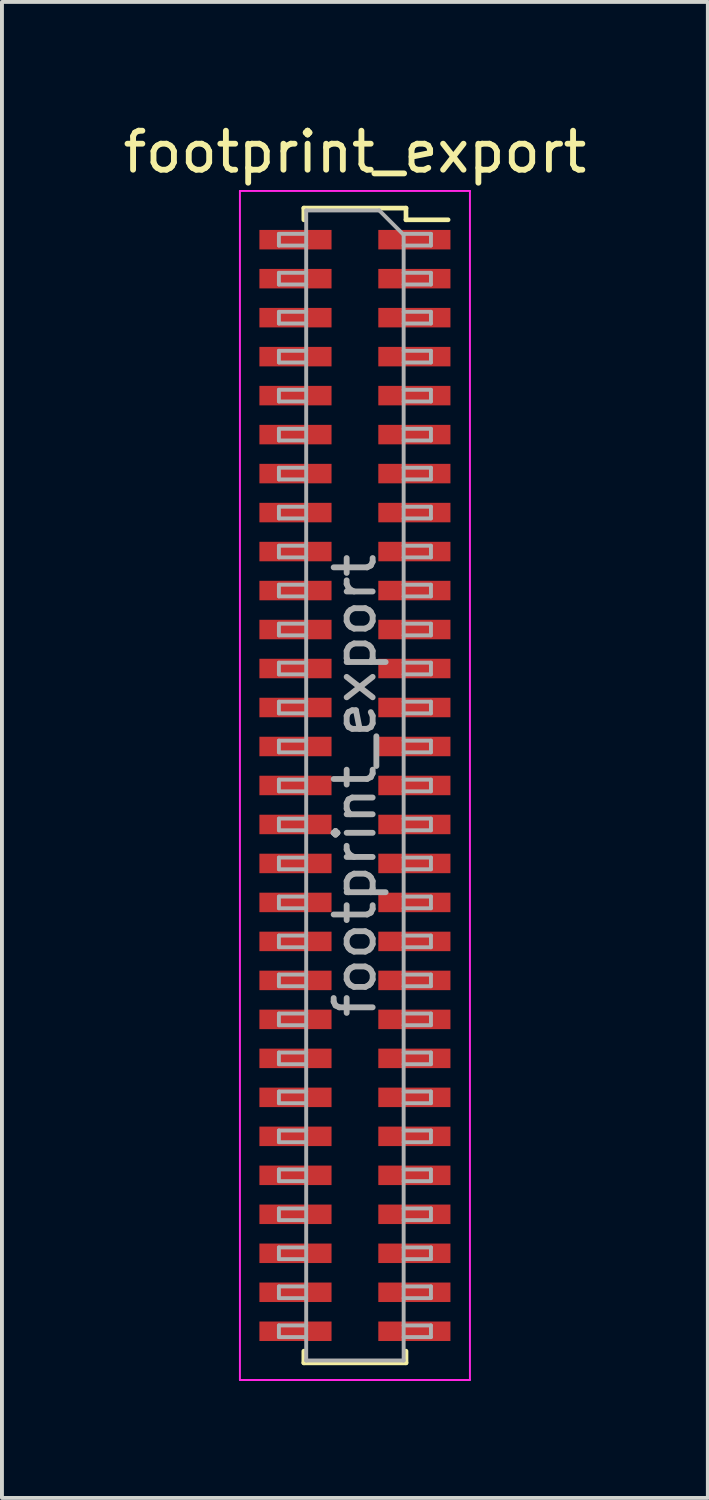
<source format=kicad_pcb>
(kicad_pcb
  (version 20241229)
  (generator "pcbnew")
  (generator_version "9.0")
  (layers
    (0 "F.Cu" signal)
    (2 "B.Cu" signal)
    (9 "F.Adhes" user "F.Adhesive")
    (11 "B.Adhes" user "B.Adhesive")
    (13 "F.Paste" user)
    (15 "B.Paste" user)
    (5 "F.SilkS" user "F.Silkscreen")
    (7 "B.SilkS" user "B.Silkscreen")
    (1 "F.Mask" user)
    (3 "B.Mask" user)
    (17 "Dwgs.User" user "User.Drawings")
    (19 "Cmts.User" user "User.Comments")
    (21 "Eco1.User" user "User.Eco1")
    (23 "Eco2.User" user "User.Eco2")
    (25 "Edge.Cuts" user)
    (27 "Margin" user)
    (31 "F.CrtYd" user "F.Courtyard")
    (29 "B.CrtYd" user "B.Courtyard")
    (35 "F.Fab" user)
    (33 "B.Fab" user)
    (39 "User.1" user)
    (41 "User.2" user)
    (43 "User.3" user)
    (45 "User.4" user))
  (footprint "footprint_export"
    (layer "F.Cu")
    (at 6.054 17.098)
    (property "Reference" "footprint_export" (at 0 -16.25 0) (layer "F.SilkS") (effects (font (size 1 1) (thickness 0.15))))
    (attr smd)
    (fp_line (start -1.31 -14.81) (end -1.31 -14.51) (stroke (width 0.12) (type solid)) (layer "F.SilkS"))
    (fp_line (start -1.31 -14.81) (end 1.31 -14.81) (stroke (width 0.12) (type solid)) (layer "F.SilkS"))
    (fp_line (start -1.31 14.51) (end -1.31 14.81) (stroke (width 0.12) (type solid)) (layer "F.SilkS"))
    (fp_line (start -1.31 14.81) (end 1.31 14.81) (stroke (width 0.12) (type solid)) (layer "F.SilkS"))
    (fp_line (start 1.31 -14.81) (end 1.31 -14.51) (stroke (width 0.12) (type solid)) (layer "F.SilkS"))
    (fp_line (start 1.31 -14.51) (end 2.39 -14.51) (stroke (width 0.12) (type solid)) (layer "F.SilkS"))
    (fp_line (start 1.31 14.51) (end 1.31 14.81) (stroke (width 0.12) (type solid)) (layer "F.SilkS"))
    (fp_line (start -2.95 -15.25) (end 2.95 -15.25) (stroke (width 0.05) (type solid)) (layer "F.CrtYd"))
    (fp_line (start -2.95 15.25) (end -2.95 -15.25) (stroke (width 0.05) (type solid)) (layer "F.CrtYd"))
    (fp_line (start 2.95 -15.25) (end 2.95 15.25) (stroke (width 0.05) (type solid)) (layer "F.CrtYd"))
    (fp_line (start 2.95 15.25) (end -2.95 15.25) (stroke (width 0.05) (type solid)) (layer "F.CrtYd"))
    (fp_line (start -1.95 -14.15) (end -1.25 -14.15) (stroke (width 0.1) (type solid)) (layer "F.Fab"))
    (fp_line (start -1.95 -13.85) (end -1.95 -14.15) (stroke (width 0.1) (type solid)) (layer "F.Fab"))
    (fp_line (start -1.95 -13.15) (end -1.25 -13.15) (stroke (width 0.1) (type solid)) (layer "F.Fab"))
    (fp_line (start -1.95 -12.85) (end -1.95 -13.15) (stroke (width 0.1) (type solid)) (layer "F.Fab"))
    (fp_line (start -1.95 -12.15) (end -1.25 -12.15) (stroke (width 0.1) (type solid)) (layer "F.Fab"))
    (fp_line (start -1.95 -11.85) (end -1.95 -12.15) (stroke (width 0.1) (type solid)) (layer "F.Fab"))
    (fp_line (start -1.95 -11.15) (end -1.25 -11.15) (stroke (width 0.1) (type solid)) (layer "F.Fab"))
    (fp_line (start -1.95 -10.85) (end -1.95 -11.15) (stroke (width 0.1) (type solid)) (layer "F.Fab"))
    (fp_line (start -1.95 -10.15) (end -1.25 -10.15) (stroke (width 0.1) (type solid)) (layer "F.Fab"))
    (fp_line (start -1.95 -9.85) (end -1.95 -10.15) (stroke (width 0.1) (type solid)) (layer "F.Fab"))
    (fp_line (start -1.95 -9.15) (end -1.25 -9.15) (stroke (width 0.1) (type solid)) (layer "F.Fab"))
    (fp_line (start -1.95 -8.85) (end -1.95 -9.15) (stroke (width 0.1) (type solid)) (layer "F.Fab"))
    (fp_line (start -1.95 -8.15) (end -1.25 -8.15) (stroke (width 0.1) (type solid)) (layer "F.Fab"))
    (fp_line (start -1.95 -7.85) (end -1.95 -8.15) (stroke (width 0.1) (type solid)) (layer "F.Fab"))
    (fp_line (start -1.95 -7.15) (end -1.25 -7.15) (stroke (width 0.1) (type solid)) (layer "F.Fab"))
    (fp_line (start -1.95 -6.85) (end -1.95 -7.15) (stroke (width 0.1) (type solid)) (layer "F.Fab"))
    (fp_line (start -1.95 -6.15) (end -1.25 -6.15) (stroke (width 0.1) (type solid)) (layer "F.Fab"))
    (fp_line (start -1.95 -5.85) (end -1.95 -6.15) (stroke (width 0.1) (type solid)) (layer "F.Fab"))
    (fp_line (start -1.95 -5.15) (end -1.25 -5.15) (stroke (width 0.1) (type solid)) (layer "F.Fab"))
    (fp_line (start -1.95 -4.85) (end -1.95 -5.15) (stroke (width 0.1) (type solid)) (layer "F.Fab"))
    (fp_line (start -1.95 -4.15) (end -1.25 -4.15) (stroke (width 0.1) (type solid)) (layer "F.Fab"))
    (fp_line (start -1.95 -3.85) (end -1.95 -4.15) (stroke (width 0.1) (type solid)) (layer "F.Fab"))
    (fp_line (start -1.95 -3.15) (end -1.25 -3.15) (stroke (width 0.1) (type solid)) (layer "F.Fab"))
    (fp_line (start -1.95 -2.85) (end -1.95 -3.15) (stroke (width 0.1) (type solid)) (layer "F.Fab"))
    (fp_line (start -1.95 -2.15) (end -1.25 -2.15) (stroke (width 0.1) (type solid)) (layer "F.Fab"))
    (fp_line (start -1.95 -1.85) (end -1.95 -2.15) (stroke (width 0.1) (type solid)) (layer "F.Fab"))
    (fp_line (start -1.95 -1.15) (end -1.25 -1.15) (stroke (width 0.1) (type solid)) (layer "F.Fab"))
    (fp_line (start -1.95 -0.85) (end -1.95 -1.15) (stroke (width 0.1) (type solid)) (layer "F.Fab"))
    (fp_line (start -1.95 -0.15) (end -1.25 -0.15) (stroke (width 0.1) (type solid)) (layer "F.Fab"))
    (fp_line (start -1.95 0.15) (end -1.95 -0.15) (stroke (width 0.1) (type solid)) (layer "F.Fab"))
    (fp_line (start -1.95 0.85) (end -1.25 0.85) (stroke (width 0.1) (type solid)) (layer "F.Fab"))
    (fp_line (start -1.95 1.15) (end -1.95 0.85) (stroke (width 0.1) (type solid)) (layer "F.Fab"))
    (fp_line (start -1.95 1.85) (end -1.25 1.85) (stroke (width 0.1) (type solid)) (layer "F.Fab"))
    (fp_line (start -1.95 2.15) (end -1.95 1.85) (stroke (width 0.1) (type solid)) (layer "F.Fab"))
    (fp_line (start -1.95 2.85) (end -1.25 2.85) (stroke (width 0.1) (type solid)) (layer "F.Fab"))
    (fp_line (start -1.95 3.15) (end -1.95 2.85) (stroke (width 0.1) (type solid)) (layer "F.Fab"))
    (fp_line (start -1.95 3.85) (end -1.25 3.85) (stroke (width 0.1) (type solid)) (layer "F.Fab"))
    (fp_line (start -1.95 4.15) (end -1.95 3.85) (stroke (width 0.1) (type solid)) (layer "F.Fab"))
    (fp_line (start -1.95 4.85) (end -1.25 4.85) (stroke (width 0.1) (type solid)) (layer "F.Fab"))
    (fp_line (start -1.95 5.15) (end -1.95 4.85) (stroke (width 0.1) (type solid)) (layer "F.Fab"))
    (fp_line (start -1.95 5.85) (end -1.25 5.85) (stroke (width 0.1) (type solid)) (layer "F.Fab"))
    (fp_line (start -1.95 6.15) (end -1.95 5.85) (stroke (width 0.1) (type solid)) (layer "F.Fab"))
    (fp_line (start -1.95 6.85) (end -1.25 6.85) (stroke (width 0.1) (type solid)) (layer "F.Fab"))
    (fp_line (start -1.95 7.15) (end -1.95 6.85) (stroke (width 0.1) (type solid)) (layer "F.Fab"))
    (fp_line (start -1.95 7.85) (end -1.25 7.85) (stroke (width 0.1) (type solid)) (layer "F.Fab"))
    (fp_line (start -1.95 8.15) (end -1.95 7.85) (stroke (width 0.1) (type solid)) (layer "F.Fab"))
    (fp_line (start -1.95 8.85) (end -1.25 8.85) (stroke (width 0.1) (type solid)) (layer "F.Fab"))
    (fp_line (start -1.95 9.15) (end -1.95 8.85) (stroke (width 0.1) (type solid)) (layer "F.Fab"))
    (fp_line (start -1.95 9.85) (end -1.25 9.85) (stroke (width 0.1) (type solid)) (layer "F.Fab"))
    (fp_line (start -1.95 10.15) (end -1.95 9.85) (stroke (width 0.1) (type solid)) (layer "F.Fab"))
    (fp_line (start -1.95 10.85) (end -1.25 10.85) (stroke (width 0.1) (type solid)) (layer "F.Fab"))
    (fp_line (start -1.95 11.15) (end -1.95 10.85) (stroke (width 0.1) (type solid)) (layer "F.Fab"))
    (fp_line (start -1.95 11.85) (end -1.25 11.85) (stroke (width 0.1) (type solid)) (layer "F.Fab"))
    (fp_line (start -1.95 12.15) (end -1.95 11.85) (stroke (width 0.1) (type solid)) (layer "F.Fab"))
    (fp_line (start -1.95 12.85) (end -1.25 12.85) (stroke (width 0.1) (type solid)) (layer "F.Fab"))
    (fp_line (start -1.95 13.15) (end -1.95 12.85) (stroke (width 0.1) (type solid)) (layer "F.Fab"))
    (fp_line (start -1.95 13.85) (end -1.25 13.85) (stroke (width 0.1) (type solid)) (layer "F.Fab"))
    (fp_line (start -1.95 14.15) (end -1.95 13.85) (stroke (width 0.1) (type solid)) (layer "F.Fab"))
    (fp_line (start -1.25 -14.75) (end 0.625 -14.75) (stroke (width 0.1) (type solid)) (layer "F.Fab"))
    (fp_line (start -1.25 -13.85) (end -1.95 -13.85) (stroke (width 0.1) (type solid)) (layer "F.Fab"))
    (fp_line (start -1.25 -12.85) (end -1.95 -12.85) (stroke (width 0.1) (type solid)) (layer "F.Fab"))
    (fp_line (start -1.25 -11.85) (end -1.95 -11.85) (stroke (width 0.1) (type solid)) (layer "F.Fab"))
    (fp_line (start -1.25 -10.85) (end -1.95 -10.85) (stroke (width 0.1) (type solid)) (layer "F.Fab"))
    (fp_line (start -1.25 -9.85) (end -1.95 -9.85) (stroke (width 0.1) (type solid)) (layer "F.Fab"))
    (fp_line (start -1.25 -8.85) (end -1.95 -8.85) (stroke (width 0.1) (type solid)) (layer "F.Fab"))
    (fp_line (start -1.25 -7.85) (end -1.95 -7.85) (stroke (width 0.1) (type solid)) (layer "F.Fab"))
    (fp_line (start -1.25 -6.85) (end -1.95 -6.85) (stroke (width 0.1) (type solid)) (layer "F.Fab"))
    (fp_line (start -1.25 -5.85) (end -1.95 -5.85) (stroke (width 0.1) (type solid)) (layer "F.Fab"))
    (fp_line (start -1.25 -4.85) (end -1.95 -4.85) (stroke (width 0.1) (type solid)) (layer "F.Fab"))
    (fp_line (start -1.25 -3.85) (end -1.95 -3.85) (stroke (width 0.1) (type solid)) (layer "F.Fab"))
    (fp_line (start -1.25 -2.85) (end -1.95 -2.85) (stroke (width 0.1) (type solid)) (layer "F.Fab"))
    (fp_line (start -1.25 -1.85) (end -1.95 -1.85) (stroke (width 0.1) (type solid)) (layer "F.Fab"))
    (fp_line (start -1.25 -0.85) (end -1.95 -0.85) (stroke (width 0.1) (type solid)) (layer "F.Fab"))
    (fp_line (start -1.25 0.15) (end -1.95 0.15) (stroke (width 0.1) (type solid)) (layer "F.Fab"))
    (fp_line (start -1.25 1.15) (end -1.95 1.15) (stroke (width 0.1) (type solid)) (layer "F.Fab"))
    (fp_line (start -1.25 2.15) (end -1.95 2.15) (stroke (width 0.1) (type solid)) (layer "F.Fab"))
    (fp_line (start -1.25 3.15) (end -1.95 3.15) (stroke (width 0.1) (type solid)) (layer "F.Fab"))
    (fp_line (start -1.25 4.15) (end -1.95 4.15) (stroke (width 0.1) (type solid)) (layer "F.Fab"))
    (fp_line (start -1.25 5.15) (end -1.95 5.15) (stroke (width 0.1) (type solid)) (layer "F.Fab"))
    (fp_line (start -1.25 6.15) (end -1.95 6.15) (stroke (width 0.1) (type solid)) (layer "F.Fab"))
    (fp_line (start -1.25 7.15) (end -1.95 7.15) (stroke (width 0.1) (type solid)) (layer "F.Fab"))
    (fp_line (start -1.25 8.15) (end -1.95 8.15) (stroke (width 0.1) (type solid)) (layer "F.Fab"))
    (fp_line (start -1.25 9.15) (end -1.95 9.15) (stroke (width 0.1) (type solid)) (layer "F.Fab"))
    (fp_line (start -1.25 10.15) (end -1.95 10.15) (stroke (width 0.1) (type solid)) (layer "F.Fab"))
    (fp_line (start -1.25 11.15) (end -1.95 11.15) (stroke (width 0.1) (type solid)) (layer "F.Fab"))
    (fp_line (start -1.25 12.15) (end -1.95 12.15) (stroke (width 0.1) (type solid)) (layer "F.Fab"))
    (fp_line (start -1.25 13.15) (end -1.95 13.15) (stroke (width 0.1) (type solid)) (layer "F.Fab"))
    (fp_line (start -1.25 14.15) (end -1.95 14.15) (stroke (width 0.1) (type solid)) (layer "F.Fab"))
    (fp_line (start -1.25 14.75) (end -1.25 -14.75) (stroke (width 0.1) (type solid)) (layer "F.Fab"))
    (fp_line (start 0.625 -14.75) (end 1.25 -14.125) (stroke (width 0.1) (type solid)) (layer "F.Fab"))
    (fp_line (start 1.25 -14.15) (end 1.95 -14.15) (stroke (width 0.1) (type solid)) (layer "F.Fab"))
    (fp_line (start 1.25 -14.125) (end 1.25 14.75) (stroke (width 0.1) (type solid)) (layer "F.Fab"))
    (fp_line (start 1.25 -13.15) (end 1.95 -13.15) (stroke (width 0.1) (type solid)) (layer "F.Fab"))
    (fp_line (start 1.25 -12.15) (end 1.95 -12.15) (stroke (width 0.1) (type solid)) (layer "F.Fab"))
    (fp_line (start 1.25 -11.15) (end 1.95 -11.15) (stroke (width 0.1) (type solid)) (layer "F.Fab"))
    (fp_line (start 1.25 -10.15) (end 1.95 -10.15) (stroke (width 0.1) (type solid)) (layer "F.Fab"))
    (fp_line (start 1.25 -9.15) (end 1.95 -9.15) (stroke (width 0.1) (type solid)) (layer "F.Fab"))
    (fp_line (start 1.25 -8.15) (end 1.95 -8.15) (stroke (width 0.1) (type solid)) (layer "F.Fab"))
    (fp_line (start 1.25 -7.15) (end 1.95 -7.15) (stroke (width 0.1) (type solid)) (layer "F.Fab"))
    (fp_line (start 1.25 -6.15) (end 1.95 -6.15) (stroke (width 0.1) (type solid)) (layer "F.Fab"))
    (fp_line (start 1.25 -5.15) (end 1.95 -5.15) (stroke (width 0.1) (type solid)) (layer "F.Fab"))
    (fp_line (start 1.25 -4.15) (end 1.95 -4.15) (stroke (width 0.1) (type solid)) (layer "F.Fab"))
    (fp_line (start 1.25 -3.15) (end 1.95 -3.15) (stroke (width 0.1) (type solid)) (layer "F.Fab"))
    (fp_line (start 1.25 -2.15) (end 1.95 -2.15) (stroke (width 0.1) (type solid)) (layer "F.Fab"))
    (fp_line (start 1.25 -1.15) (end 1.95 -1.15) (stroke (width 0.1) (type solid)) (layer "F.Fab"))
    (fp_line (start 1.25 -0.15) (end 1.95 -0.15) (stroke (width 0.1) (type solid)) (layer "F.Fab"))
    (fp_line (start 1.25 0.85) (end 1.95 0.85) (stroke (width 0.1) (type solid)) (layer "F.Fab"))
    (fp_line (start 1.25 1.85) (end 1.95 1.85) (stroke (width 0.1) (type solid)) (layer "F.Fab"))
    (fp_line (start 1.25 2.85) (end 1.95 2.85) (stroke (width 0.1) (type solid)) (layer "F.Fab"))
    (fp_line (start 1.25 3.85) (end 1.95 3.85) (stroke (width 0.1) (type solid)) (layer "F.Fab"))
    (fp_line (start 1.25 4.85) (end 1.95 4.85) (stroke (width 0.1) (type solid)) (layer "F.Fab"))
    (fp_line (start 1.25 5.85) (end 1.95 5.85) (stroke (width 0.1) (type solid)) (layer "F.Fab"))
    (fp_line (start 1.25 6.85) (end 1.95 6.85) (stroke (width 0.1) (type solid)) (layer "F.Fab"))
    (fp_line (start 1.25 7.85) (end 1.95 7.85) (stroke (width 0.1) (type solid)) (layer "F.Fab"))
    (fp_line (start 1.25 8.85) (end 1.95 8.85) (stroke (width 0.1) (type solid)) (layer "F.Fab"))
    (fp_line (start 1.25 9.85) (end 1.95 9.85) (stroke (width 0.1) (type solid)) (layer "F.Fab"))
    (fp_line (start 1.25 10.85) (end 1.95 10.85) (stroke (width 0.1) (type solid)) (layer "F.Fab"))
    (fp_line (start 1.25 11.85) (end 1.95 11.85) (stroke (width 0.1) (type solid)) (layer "F.Fab"))
    (fp_line (start 1.25 12.85) (end 1.95 12.85) (stroke (width 0.1) (type solid)) (layer "F.Fab"))
    (fp_line (start 1.25 13.85) (end 1.95 13.85) (stroke (width 0.1) (type solid)) (layer "F.Fab"))
    (fp_line (start 1.25 14.75) (end -1.25 14.75) (stroke (width 0.1) (type solid)) (layer "F.Fab"))
    (fp_line (start 1.95 -14.15) (end 1.95 -13.85) (stroke (width 0.1) (type solid)) (layer "F.Fab"))
    (fp_line (start 1.95 -13.85) (end 1.25 -13.85) (stroke (width 0.1) (type solid)) (layer "F.Fab"))
    (fp_line (start 1.95 -13.15) (end 1.95 -12.85) (stroke (width 0.1) (type solid)) (layer "F.Fab"))
    (fp_line (start 1.95 -12.85) (end 1.25 -12.85) (stroke (width 0.1) (type solid)) (layer "F.Fab"))
    (fp_line (start 1.95 -12.15) (end 1.95 -11.85) (stroke (width 0.1) (type solid)) (layer "F.Fab"))
    (fp_line (start 1.95 -11.85) (end 1.25 -11.85) (stroke (width 0.1) (type solid)) (layer "F.Fab"))
    (fp_line (start 1.95 -11.15) (end 1.95 -10.85) (stroke (width 0.1) (type solid)) (layer "F.Fab"))
    (fp_line (start 1.95 -10.85) (end 1.25 -10.85) (stroke (width 0.1) (type solid)) (layer "F.Fab"))
    (fp_line (start 1.95 -10.15) (end 1.95 -9.85) (stroke (width 0.1) (type solid)) (layer "F.Fab"))
    (fp_line (start 1.95 -9.85) (end 1.25 -9.85) (stroke (width 0.1) (type solid)) (layer "F.Fab"))
    (fp_line (start 1.95 -9.15) (end 1.95 -8.85) (stroke (width 0.1) (type solid)) (layer "F.Fab"))
    (fp_line (start 1.95 -8.85) (end 1.25 -8.85) (stroke (width 0.1) (type solid)) (layer "F.Fab"))
    (fp_line (start 1.95 -8.15) (end 1.95 -7.85) (stroke (width 0.1) (type solid)) (layer "F.Fab"))
    (fp_line (start 1.95 -7.85) (end 1.25 -7.85) (stroke (width 0.1) (type solid)) (layer "F.Fab"))
    (fp_line (start 1.95 -7.15) (end 1.95 -6.85) (stroke (width 0.1) (type solid)) (layer "F.Fab"))
    (fp_line (start 1.95 -6.85) (end 1.25 -6.85) (stroke (width 0.1) (type solid)) (layer "F.Fab"))
    (fp_line (start 1.95 -6.15) (end 1.95 -5.85) (stroke (width 0.1) (type solid)) (layer "F.Fab"))
    (fp_line (start 1.95 -5.85) (end 1.25 -5.85) (stroke (width 0.1) (type solid)) (layer "F.Fab"))
    (fp_line (start 1.95 -5.15) (end 1.95 -4.85) (stroke (width 0.1) (type solid)) (layer "F.Fab"))
    (fp_line (start 1.95 -4.85) (end 1.25 -4.85) (stroke (width 0.1) (type solid)) (layer "F.Fab"))
    (fp_line (start 1.95 -4.15) (end 1.95 -3.85) (stroke (width 0.1) (type solid)) (layer "F.Fab"))
    (fp_line (start 1.95 -3.85) (end 1.25 -3.85) (stroke (width 0.1) (type solid)) (layer "F.Fab"))
    (fp_line (start 1.95 -3.15) (end 1.95 -2.85) (stroke (width 0.1) (type solid)) (layer "F.Fab"))
    (fp_line (start 1.95 -2.85) (end 1.25 -2.85) (stroke (width 0.1) (type solid)) (layer "F.Fab"))
    (fp_line (start 1.95 -2.15) (end 1.95 -1.85) (stroke (width 0.1) (type solid)) (layer "F.Fab"))
    (fp_line (start 1.95 -1.85) (end 1.25 -1.85) (stroke (width 0.1) (type solid)) (layer "F.Fab"))
    (fp_line (start 1.95 -1.15) (end 1.95 -0.85) (stroke (width 0.1) (type solid)) (layer "F.Fab"))
    (fp_line (start 1.95 -0.85) (end 1.25 -0.85) (stroke (width 0.1) (type solid)) (layer "F.Fab"))
    (fp_line (start 1.95 -0.15) (end 1.95 0.15) (stroke (width 0.1) (type solid)) (layer "F.Fab"))
    (fp_line (start 1.95 0.15) (end 1.25 0.15) (stroke (width 0.1) (type solid)) (layer "F.Fab"))
    (fp_line (start 1.95 0.85) (end 1.95 1.15) (stroke (width 0.1) (type solid)) (layer "F.Fab"))
    (fp_line (start 1.95 1.15) (end 1.25 1.15) (stroke (width 0.1) (type solid)) (layer "F.Fab"))
    (fp_line (start 1.95 1.85) (end 1.95 2.15) (stroke (width 0.1) (type solid)) (layer "F.Fab"))
    (fp_line (start 1.95 2.15) (end 1.25 2.15) (stroke (width 0.1) (type solid)) (layer "F.Fab"))
    (fp_line (start 1.95 2.85) (end 1.95 3.15) (stroke (width 0.1) (type solid)) (layer "F.Fab"))
    (fp_line (start 1.95 3.15) (end 1.25 3.15) (stroke (width 0.1) (type solid)) (layer "F.Fab"))
    (fp_line (start 1.95 3.85) (end 1.95 4.15) (stroke (width 0.1) (type solid)) (layer "F.Fab"))
    (fp_line (start 1.95 4.15) (end 1.25 4.15) (stroke (width 0.1) (type solid)) (layer "F.Fab"))
    (fp_line (start 1.95 4.85) (end 1.95 5.15) (stroke (width 0.1) (type solid)) (layer "F.Fab"))
    (fp_line (start 1.95 5.15) (end 1.25 5.15) (stroke (width 0.1) (type solid)) (layer "F.Fab"))
    (fp_line (start 1.95 5.85) (end 1.95 6.15) (stroke (width 0.1) (type solid)) (layer "F.Fab"))
    (fp_line (start 1.95 6.15) (end 1.25 6.15) (stroke (width 0.1) (type solid)) (layer "F.Fab"))
    (fp_line (start 1.95 6.85) (end 1.95 7.15) (stroke (width 0.1) (type solid)) (layer "F.Fab"))
    (fp_line (start 1.95 7.15) (end 1.25 7.15) (stroke (width 0.1) (type solid)) (layer "F.Fab"))
    (fp_line (start 1.95 7.85) (end 1.95 8.15) (stroke (width 0.1) (type solid)) (layer "F.Fab"))
    (fp_line (start 1.95 8.15) (end 1.25 8.15) (stroke (width 0.1) (type solid)) (layer "F.Fab"))
    (fp_line (start 1.95 8.85) (end 1.95 9.15) (stroke (width 0.1) (type solid)) (layer "F.Fab"))
    (fp_line (start 1.95 9.15) (end 1.25 9.15) (stroke (width 0.1) (type solid)) (layer "F.Fab"))
    (fp_line (start 1.95 9.85) (end 1.95 10.15) (stroke (width 0.1) (type solid)) (layer "F.Fab"))
    (fp_line (start 1.95 10.15) (end 1.25 10.15) (stroke (width 0.1) (type solid)) (layer "F.Fab"))
    (fp_line (start 1.95 10.85) (end 1.95 11.15) (stroke (width 0.1) (type solid)) (layer "F.Fab"))
    (fp_line (start 1.95 11.15) (end 1.25 11.15) (stroke (width 0.1) (type solid)) (layer "F.Fab"))
    (fp_line (start 1.95 11.85) (end 1.95 12.15) (stroke (width 0.1) (type solid)) (layer "F.Fab"))
    (fp_line (start 1.95 12.15) (end 1.25 12.15) (stroke (width 0.1) (type solid)) (layer "F.Fab"))
    (fp_line (start 1.95 12.85) (end 1.95 13.15) (stroke (width 0.1) (type solid)) (layer "F.Fab"))
    (fp_line (start 1.95 13.15) (end 1.25 13.15) (stroke (width 0.1) (type solid)) (layer "F.Fab"))
    (fp_line (start 1.95 13.85) (end 1.95 14.15) (stroke (width 0.1) (type solid)) (layer "F.Fab"))
    (fp_line (start 1.95 14.15) (end 1.25 14.15) (stroke (width 0.1) (type solid)) (layer "F.Fab"))
    (fp_text user "${REFERENCE}" (at 0 0 90) (layer "F.Fab") (effects (font (size 1 1) (thickness 0.15))))
    (pad "1" smd rect (at 1.525 -14) (size 1.85 0.5) (layers "F.Cu" "F.Mask" "F.Paste"))
    (pad "2" smd rect (at -1.525 -14) (size 1.85 0.5) (layers "F.Cu" "F.Mask" "F.Paste"))
    (pad "3" smd rect (at 1.525 -13) (size 1.85 0.5) (layers "F.Cu" "F.Mask" "F.Paste"))
    (pad "4" smd rect (at -1.525 -13) (size 1.85 0.5) (layers "F.Cu" "F.Mask" "F.Paste"))
    (pad "5" smd rect (at 1.525 -12) (size 1.85 0.5) (layers "F.Cu" "F.Mask" "F.Paste"))
    (pad "6" smd rect (at -1.525 -12) (size 1.85 0.5) (layers "F.Cu" "F.Mask" "F.Paste"))
    (pad "7" smd rect (at 1.525 -11) (size 1.85 0.5) (layers "F.Cu" "F.Mask" "F.Paste"))
    (pad "8" smd rect (at -1.525 -11) (size 1.85 0.5) (layers "F.Cu" "F.Mask" "F.Paste"))
    (pad "9" smd rect (at 1.525 -10) (size 1.85 0.5) (layers "F.Cu" "F.Mask" "F.Paste"))
    (pad "10" smd rect (at -1.525 -10) (size 1.85 0.5) (layers "F.Cu" "F.Mask" "F.Paste"))
    (pad "11" smd rect (at 1.525 -9) (size 1.85 0.5) (layers "F.Cu" "F.Mask" "F.Paste"))
    (pad "12" smd rect (at -1.525 -9) (size 1.85 0.5) (layers "F.Cu" "F.Mask" "F.Paste"))
    (pad "13" smd rect (at 1.525 -8) (size 1.85 0.5) (layers "F.Cu" "F.Mask" "F.Paste"))
    (pad "14" smd rect (at -1.525 -8) (size 1.85 0.5) (layers "F.Cu" "F.Mask" "F.Paste"))
    (pad "15" smd rect (at 1.525 -7) (size 1.85 0.5) (layers "F.Cu" "F.Mask" "F.Paste"))
    (pad "16" smd rect (at -1.525 -7) (size 1.85 0.5) (layers "F.Cu" "F.Mask" "F.Paste"))
    (pad "17" smd rect (at 1.525 -6) (size 1.85 0.5) (layers "F.Cu" "F.Mask" "F.Paste"))
    (pad "18" smd rect (at -1.525 -6) (size 1.85 0.5) (layers "F.Cu" "F.Mask" "F.Paste"))
    (pad "19" smd rect (at 1.525 -5) (size 1.85 0.5) (layers "F.Cu" "F.Mask" "F.Paste"))
    (pad "20" smd rect (at -1.525 -5) (size 1.85 0.5) (layers "F.Cu" "F.Mask" "F.Paste"))
    (pad "21" smd rect (at 1.525 -4) (size 1.85 0.5) (layers "F.Cu" "F.Mask" "F.Paste"))
    (pad "22" smd rect (at -1.525 -4) (size 1.85 0.5) (layers "F.Cu" "F.Mask" "F.Paste"))
    (pad "23" smd rect (at 1.525 -3) (size 1.85 0.5) (layers "F.Cu" "F.Mask" "F.Paste"))
    (pad "24" smd rect (at -1.525 -3) (size 1.85 0.5) (layers "F.Cu" "F.Mask" "F.Paste"))
    (pad "25" smd rect (at 1.525 -2) (size 1.85 0.5) (layers "F.Cu" "F.Mask" "F.Paste"))
    (pad "26" smd rect (at -1.525 -2) (size 1.85 0.5) (layers "F.Cu" "F.Mask" "F.Paste"))
    (pad "27" smd rect (at 1.525 -1) (size 1.85 0.5) (layers "F.Cu" "F.Mask" "F.Paste"))
    (pad "28" smd rect (at -1.525 -1) (size 1.85 0.5) (layers "F.Cu" "F.Mask" "F.Paste"))
    (pad "29" smd rect (at 1.525 0) (size 1.85 0.5) (layers "F.Cu" "F.Mask" "F.Paste"))
    (pad "30" smd rect (at -1.525 0) (size 1.85 0.5) (layers "F.Cu" "F.Mask" "F.Paste"))
    (pad "31" smd rect (at 1.525 1) (size 1.85 0.5) (layers "F.Cu" "F.Mask" "F.Paste"))
    (pad "32" smd rect (at -1.525 1) (size 1.85 0.5) (layers "F.Cu" "F.Mask" "F.Paste"))
    (pad "33" smd rect (at 1.525 2) (size 1.85 0.5) (layers "F.Cu" "F.Mask" "F.Paste"))
    (pad "34" smd rect (at -1.525 2) (size 1.85 0.5) (layers "F.Cu" "F.Mask" "F.Paste"))
    (pad "35" smd rect (at 1.525 3) (size 1.85 0.5) (layers "F.Cu" "F.Mask" "F.Paste"))
    (pad "36" smd rect (at -1.525 3) (size 1.85 0.5) (layers "F.Cu" "F.Mask" "F.Paste"))
    (pad "37" smd rect (at 1.525 4) (size 1.85 0.5) (layers "F.Cu" "F.Mask" "F.Paste"))
    (pad "38" smd rect (at -1.525 4) (size 1.85 0.5) (layers "F.Cu" "F.Mask" "F.Paste"))
    (pad "39" smd rect (at 1.525 5) (size 1.85 0.5) (layers "F.Cu" "F.Mask" "F.Paste"))
    (pad "40" smd rect (at -1.525 5) (size 1.85 0.5) (layers "F.Cu" "F.Mask" "F.Paste"))
    (pad "41" smd rect (at 1.525 6) (size 1.85 0.5) (layers "F.Cu" "F.Mask" "F.Paste"))
    (pad "42" smd rect (at -1.525 6) (size 1.85 0.5) (layers "F.Cu" "F.Mask" "F.Paste"))
    (pad "43" smd rect (at 1.525 7) (size 1.85 0.5) (layers "F.Cu" "F.Mask" "F.Paste"))
    (pad "44" smd rect (at -1.525 7) (size 1.85 0.5) (layers "F.Cu" "F.Mask" "F.Paste"))
    (pad "45" smd rect (at 1.525 8) (size 1.85 0.5) (layers "F.Cu" "F.Mask" "F.Paste"))
    (pad "46" smd rect (at -1.525 8) (size 1.85 0.5) (layers "F.Cu" "F.Mask" "F.Paste"))
    (pad "47" smd rect (at 1.525 9) (size 1.85 0.5) (layers "F.Cu" "F.Mask" "F.Paste"))
    (pad "48" smd rect (at -1.525 9) (size 1.85 0.5) (layers "F.Cu" "F.Mask" "F.Paste"))
    (pad "49" smd rect (at 1.525 10) (size 1.85 0.5) (layers "F.Cu" "F.Mask" "F.Paste"))
    (pad "50" smd rect (at -1.525 10) (size 1.85 0.5) (layers "F.Cu" "F.Mask" "F.Paste"))
    (pad "51" smd rect (at 1.525 11) (size 1.85 0.5) (layers "F.Cu" "F.Mask" "F.Paste"))
    (pad "52" smd rect (at -1.525 11) (size 1.85 0.5) (layers "F.Cu" "F.Mask" "F.Paste"))
    (pad "53" smd rect (at 1.525 12) (size 1.85 0.5) (layers "F.Cu" "F.Mask" "F.Paste"))
    (pad "54" smd rect (at -1.525 12) (size 1.85 0.5) (layers "F.Cu" "F.Mask" "F.Paste"))
    (pad "55" smd rect (at 1.525 13) (size 1.85 0.5) (layers "F.Cu" "F.Mask" "F.Paste"))
    (pad "56" smd rect (at -1.525 13) (size 1.85 0.5) (layers "F.Cu" "F.Mask" "F.Paste"))
    (pad "57" smd rect (at 1.525 14) (size 1.85 0.5) (layers "F.Cu" "F.Mask" "F.Paste"))
    (pad "58" smd rect (at -1.525 14) (size 1.85 0.5) (layers "F.Cu" "F.Mask" "F.Paste")))
  (gr_rect
    (start -3 -3)
    (end 15.107 35.373)
    (stroke (width 0.1) (type default))
    (fill no)
    (layer "Edge.Cuts")))
</source>
